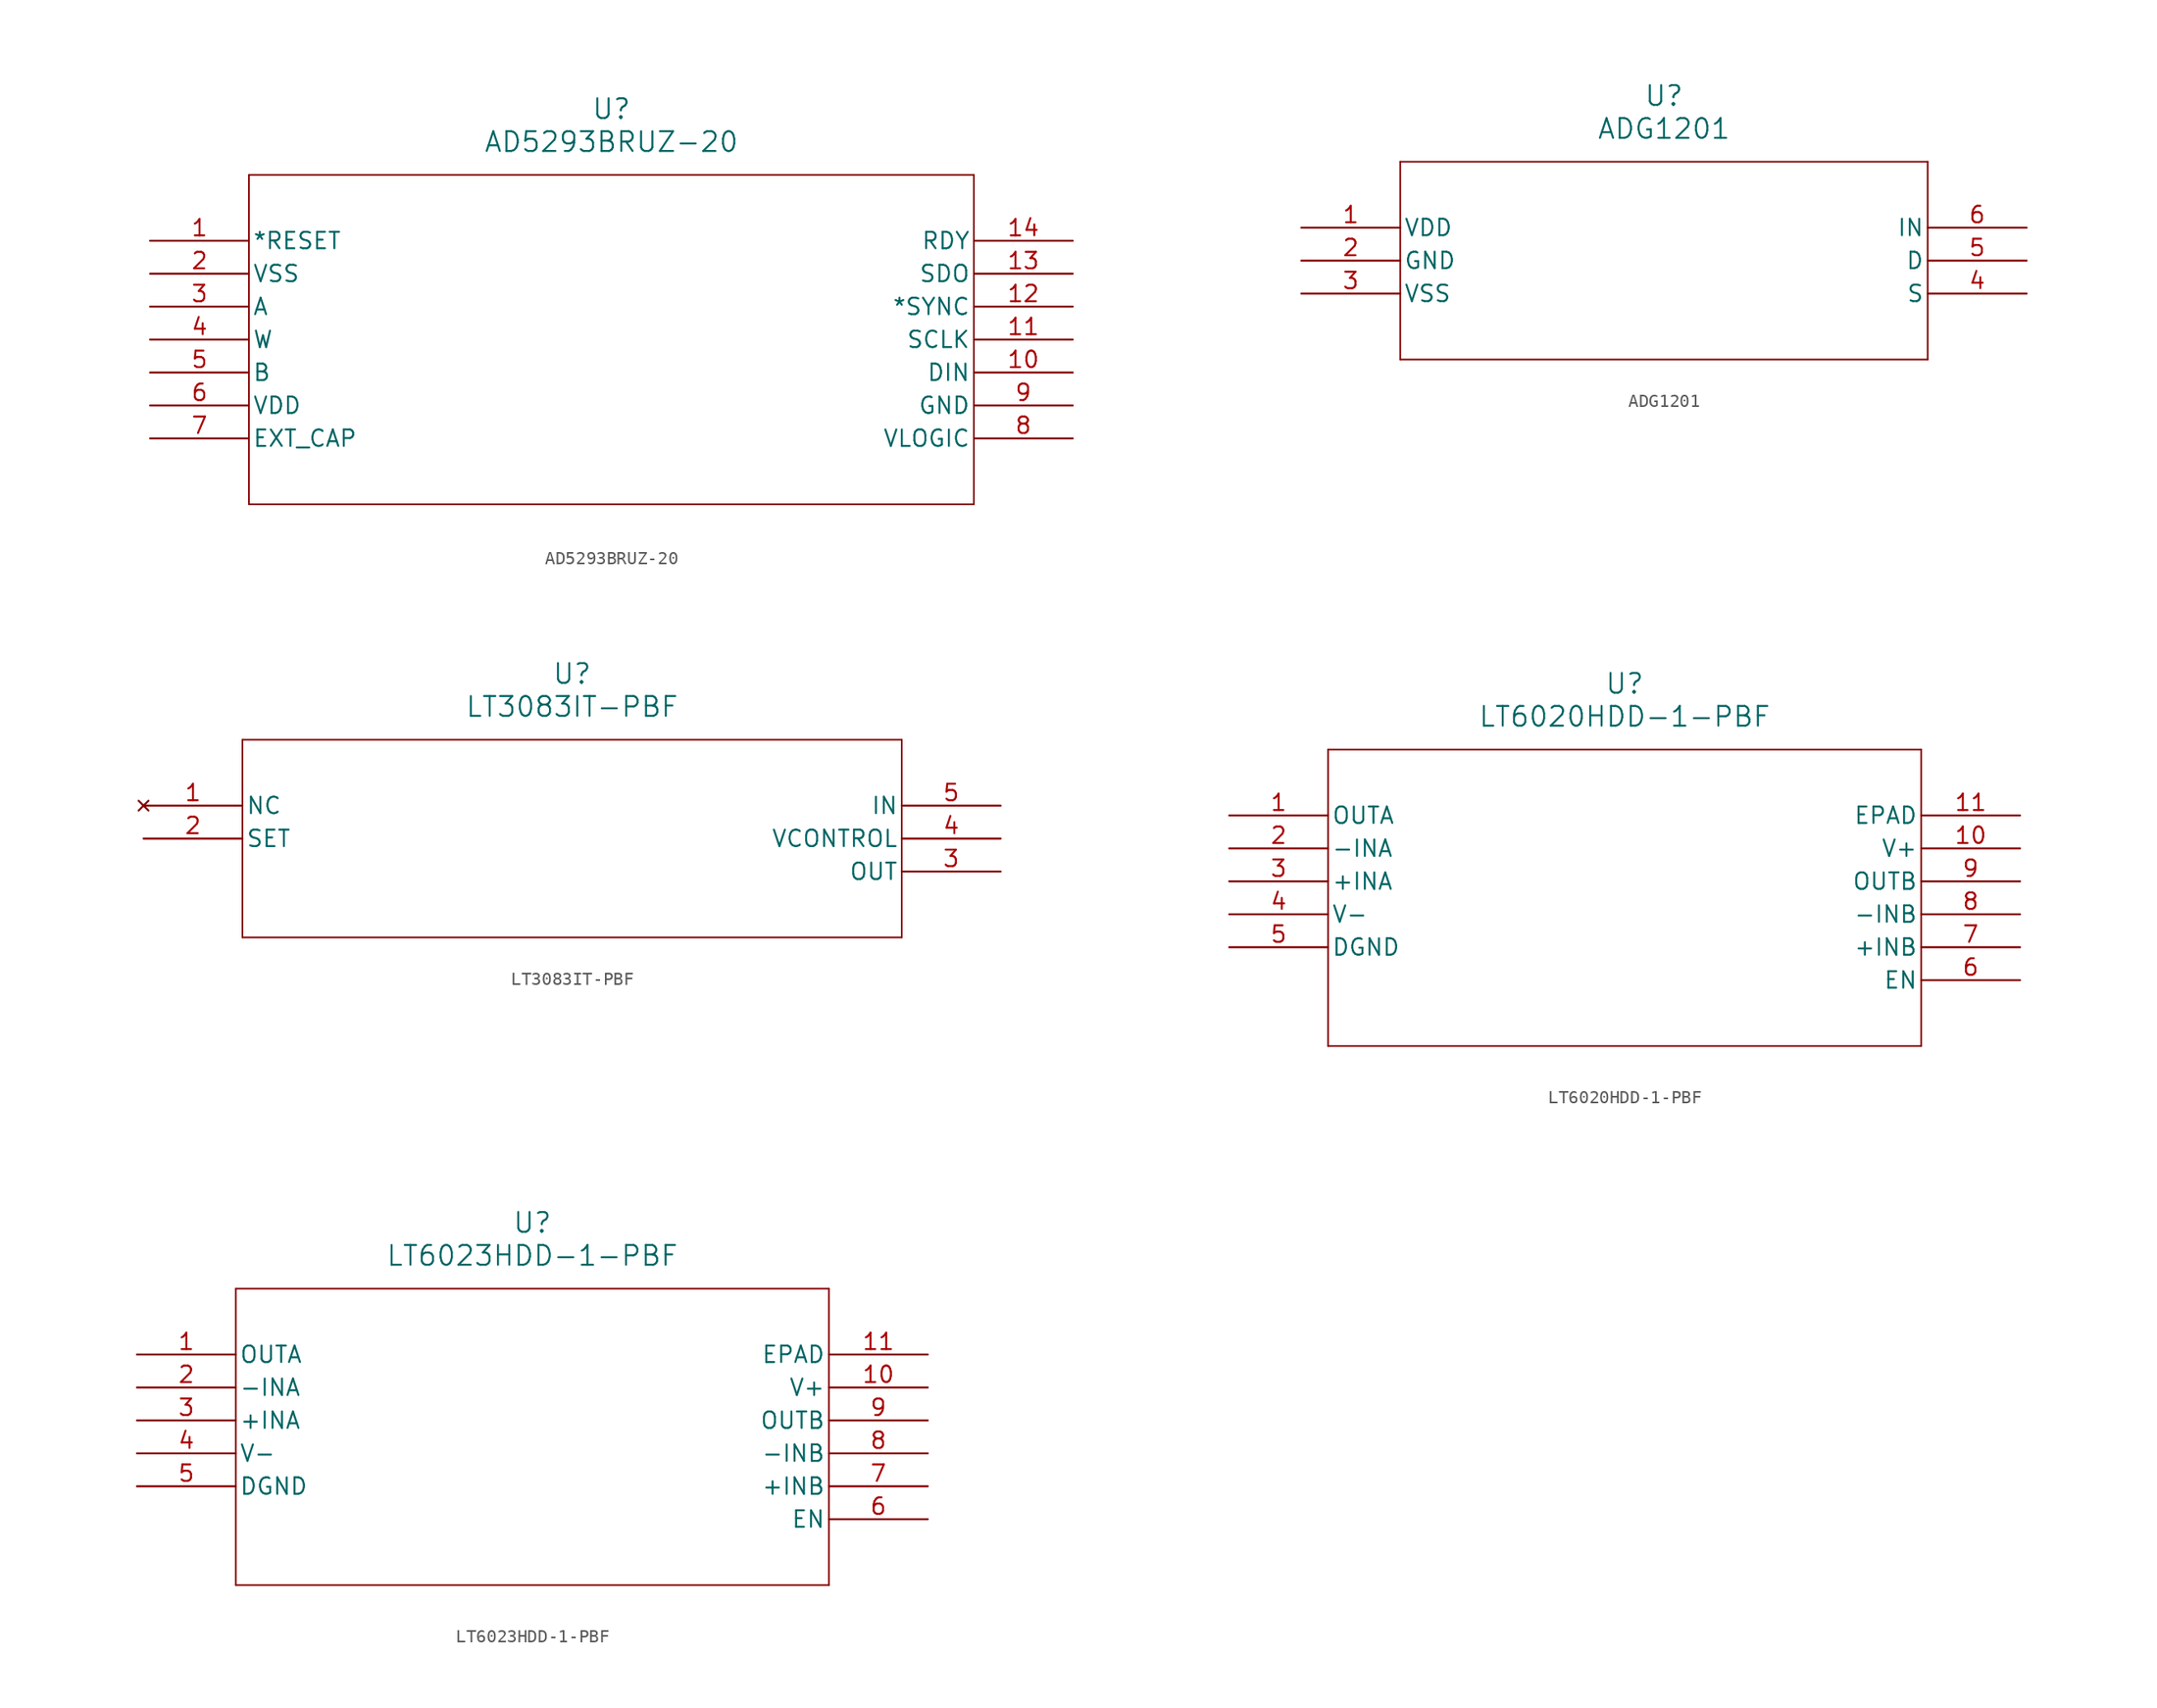
<source format=kicad_sym>
(kicad_symbol_lib
  (version 20231120)
  (generator "kicad_symbol_editor")
  (generator_version "8.0")
  (symbol "AD5293BRUZ-20"
    (pin_names
      (offset 0.254))
    (property "Reference" "U"
      (at 35.56 10.16 0)
      (effects (font (size 1.524 1.524))))
    (property "Value" "AD5293BRUZ-20"
      (at 35.56 7.62 0)
      (effects (font (size 1.524 1.524))))
    (symbol "AD5293BRUZ-20_0_1"
      (polyline (pts (xy 7.62 -20.32) (xy 63.5 -20.32)) (stroke (width 0.127) (type default)) (fill (type none)))
      (polyline (pts (xy 7.62 5.08) (xy 7.62 -20.32)) (stroke (width 0.127) (type default)) (fill (type none)))
      (polyline (pts (xy 63.5 -20.32) (xy 63.5 5.08)) (stroke (width 0.127) (type default)) (fill (type none)))
      (polyline (pts (xy 63.5 5.08) (xy 7.62 5.08)) (stroke (width 0.127) (type default)) (fill (type none)))
      (pin unspecified line (at 0 0 0) (length 7.62) (name "*RESET" (effects (font (size 1.27 1.27)))) (number "1" (effects (font (size 1.27 1.27)))))
      (pin input line (at 71.12 -10.16 180) (length 7.62) (name "DIN" (effects (font (size 1.27 1.27)))) (number "10" (effects (font (size 1.27 1.27)))))
      (pin input line (at 71.12 -7.62 180) (length 7.62) (name "SCLK" (effects (font (size 1.27 1.27)))) (number "11" (effects (font (size 1.27 1.27)))))
      (pin unspecified line (at 71.12 -5.08 180) (length 7.62) (name "*SYNC" (effects (font (size 1.27 1.27)))) (number "12" (effects (font (size 1.27 1.27)))))
      (pin output line (at 71.12 -2.54 180) (length 7.62) (name "SDO" (effects (font (size 1.27 1.27)))) (number "13" (effects (font (size 1.27 1.27)))))
      (pin output line (at 71.12 0 180) (length 7.62) (name "RDY" (effects (font (size 1.27 1.27)))) (number "14" (effects (font (size 1.27 1.27)))))
      (pin power_in line (at 0 -2.54 0) (length 7.62) (name "VSS" (effects (font (size 1.27 1.27)))) (number "2" (effects (font (size 1.27 1.27)))))
      (pin unspecified line (at 0 -5.08 0) (length 7.62) (name "A" (effects (font (size 1.27 1.27)))) (number "3" (effects (font (size 1.27 1.27)))))
      (pin unspecified line (at 0 -7.62 0) (length 7.62) (name "W" (effects (font (size 1.27 1.27)))) (number "4" (effects (font (size 1.27 1.27)))))
      (pin unspecified line (at 0 -10.16 0) (length 7.62) (name "B" (effects (font (size 1.27 1.27)))) (number "5" (effects (font (size 1.27 1.27)))))
      (pin power_in line (at 0 -12.7 0) (length 7.62) (name "VDD" (effects (font (size 1.27 1.27)))) (number "6" (effects (font (size 1.27 1.27)))))
      (pin unspecified line (at 0 -15.24 0) (length 7.62) (name "EXT_CAP" (effects (font (size 1.27 1.27)))) (number "7" (effects (font (size 1.27 1.27)))))
      (pin power_in line (at 71.12 -15.24 180) (length 7.62) (name "VLOGIC" (effects (font (size 1.27 1.27)))) (number "8" (effects (font (size 1.27 1.27)))))
      (pin power_in line (at 71.12 -12.7 180) (length 7.62) (name "GND" (effects (font (size 1.27 1.27)))) (number "9" (effects (font (size 1.27 1.27)))))))
  (symbol "ADG1201"
    (pin_names
      (offset 0.254))
    (property "Reference" "U"
      (at 27.94 10.16 0)
      (effects (font (size 1.524 1.524))))
    (property "Value" "ADG1201"
      (at 27.94 7.62 0)
      (effects (font (size 1.524 1.524))))
    (symbol "ADG1201_0_1"
      (polyline (pts (xy 7.62 -10.16) (xy 48.26 -10.16)) (stroke (width 0.127) (type default)) (fill (type none)))
      (polyline (pts (xy 7.62 5.08) (xy 7.62 -10.16)) (stroke (width 0.127) (type default)) (fill (type none)))
      (polyline (pts (xy 48.26 -10.16) (xy 48.26 5.08)) (stroke (width 0.127) (type default)) (fill (type none)))
      (polyline (pts (xy 48.26 5.08) (xy 7.62 5.08)) (stroke (width 0.127) (type default)) (fill (type none)))
      (pin power_in line (at 0 0 0) (length 7.62) (name "VDD" (effects (font (size 1.27 1.27)))) (number "1" (effects (font (size 1.27 1.27)))))
      (pin unspecified line (at 0 -2.54 0) (length 7.62) (name "GND" (effects (font (size 1.27 1.27)))) (number "2" (effects (font (size 1.27 1.27)))))
      (pin power_in line (at 0 -5.08 0) (length 7.62) (name "VSS" (effects (font (size 1.27 1.27)))) (number "3" (effects (font (size 1.27 1.27)))))
      (pin unspecified line (at 55.88 -5.08 180) (length 7.62) (name "S" (effects (font (size 1.27 1.27)))) (number "4" (effects (font (size 1.27 1.27)))))
      (pin unspecified line (at 55.88 -2.54 180) (length 7.62) (name "D" (effects (font (size 1.27 1.27)))) (number "5" (effects (font (size 1.27 1.27)))))
      (pin unspecified line (at 55.88 0 180) (length 7.62) (name "IN" (effects (font (size 1.27 1.27)))) (number "6" (effects (font (size 1.27 1.27)))))))
  (symbol "LT3083IT-PBF"
    (pin_names
      (offset 0.254))
    (property "Reference" "U"
      (at 33.02 10.16 0)
      (effects (font (size 1.524 1.524))))
    (property "Value" "LT3083IT-PBF"
      (at 33.02 7.62 0)
      (effects (font (size 1.524 1.524))))
    (symbol "LT3083IT-PBF_0_1"
      (polyline (pts (xy 7.62 -10.16) (xy 58.42 -10.16)) (stroke (width 0.127) (type default)) (fill (type none)))
      (polyline (pts (xy 7.62 5.08) (xy 7.62 -10.16)) (stroke (width 0.127) (type default)) (fill (type none)))
      (polyline (pts (xy 58.42 -10.16) (xy 58.42 5.08)) (stroke (width 0.127) (type default)) (fill (type none)))
      (polyline (pts (xy 58.42 5.08) (xy 7.62 5.08)) (stroke (width 0.127) (type default)) (fill (type none)))
      (pin no_connect line (at 0 0 0) (length 7.62) (name "NC" (effects (font (size 1.27 1.27)))) (number "1" (effects (font (size 1.27 1.27)))))
      (pin unspecified line (at 0 -2.54 0) (length 7.62) (name "SET" (effects (font (size 1.27 1.27)))) (number "2" (effects (font (size 1.27 1.27)))))
      (pin output line (at 66.04 -5.08 180) (length 7.62) (name "OUT" (effects (font (size 1.27 1.27)))) (number "3" (effects (font (size 1.27 1.27)))))
      (pin unspecified line (at 66.04 -2.54 180) (length 7.62) (name "VCONTROL" (effects (font (size 1.27 1.27)))) (number "4" (effects (font (size 1.27 1.27)))))
      (pin input line (at 66.04 0 180) (length 7.62) (name "IN" (effects (font (size 1.27 1.27)))) (number "5" (effects (font (size 1.27 1.27)))))))
  (symbol "LT6020HDD-1-PBF"
    (pin_names
      (offset 0.254))
    (property "Reference" "U"
      (at 30.48 10.16 0)
      (effects (font (size 1.524 1.524))))
    (property "Value" "LT6020HDD-1-PBF"
      (at 30.48 7.62 0)
      (effects (font (size 1.524 1.524))))
    (property "ki_locked" ""
      (at 0 0 0)
      (effects (font (size 1.27 1.27))))
    (symbol "LT6020HDD-1-PBF_0_1"
      (polyline (pts (xy 7.62 -17.78) (xy 53.34 -17.78)) (stroke (width 0.127) (type default)) (fill (type none)))
      (polyline (pts (xy 7.62 5.08) (xy 7.62 -17.78)) (stroke (width 0.127) (type default)) (fill (type none)))
      (polyline (pts (xy 53.34 -17.78) (xy 53.34 5.08)) (stroke (width 0.127) (type default)) (fill (type none)))
      (polyline (pts (xy 53.34 5.08) (xy 7.62 5.08)) (stroke (width 0.127) (type default)) (fill (type none)))
      (pin output line (at 0 0 0) (length 7.62) (name "OUTA" (effects (font (size 1.27 1.27)))) (number "1" (effects (font (size 1.27 1.27)))))
      (pin power_in line (at 60.96 -2.54 180) (length 7.62) (name "V+" (effects (font (size 1.27 1.27)))) (number "10" (effects (font (size 1.27 1.27)))))
      (pin unspecified line (at 60.96 0 180) (length 7.62) (name "EPAD" (effects (font (size 1.27 1.27)))) (number "11" (effects (font (size 1.27 1.27)))))
      (pin input line (at 0 -2.54 0) (length 7.62) (name "-INA" (effects (font (size 1.27 1.27)))) (number "2" (effects (font (size 1.27 1.27)))))
      (pin input line (at 0 -5.08 0) (length 7.62) (name "+INA" (effects (font (size 1.27 1.27)))) (number "3" (effects (font (size 1.27 1.27)))))
      (pin power_in line (at 0 -7.62 0) (length 7.62) (name "V-" (effects (font (size 1.27 1.27)))) (number "4" (effects (font (size 1.27 1.27)))))
      (pin power_in line (at 0 -10.16 0) (length 7.62) (name "DGND" (effects (font (size 1.27 1.27)))) (number "5" (effects (font (size 1.27 1.27)))))
      (pin input line (at 60.96 -12.7 180) (length 7.62) (name "EN" (effects (font (size 1.27 1.27)))) (number "6" (effects (font (size 1.27 1.27)))))
      (pin input line (at 60.96 -10.16 180) (length 7.62) (name "+INB" (effects (font (size 1.27 1.27)))) (number "7" (effects (font (size 1.27 1.27)))))
      (pin input line (at 60.96 -7.62 180) (length 7.62) (name "-INB" (effects (font (size 1.27 1.27)))) (number "8" (effects (font (size 1.27 1.27)))))
      (pin output line (at 60.96 -5.08 180) (length 7.62) (name "OUTB" (effects (font (size 1.27 1.27)))) (number "9" (effects (font (size 1.27 1.27)))))))
  (symbol "LT6023HDD-1-PBF"
    (pin_names
      (offset 0.254))
    (property "Reference" "U"
      (at 30.48 10.16 0)
      (effects (font (size 1.524 1.524))))
    (property "Value" "LT6023HDD-1-PBF"
      (at 30.48 7.62 0)
      (effects (font (size 1.524 1.524))))
    (symbol "LT6023HDD-1-PBF_0_1"
      (polyline (pts (xy 7.62 -17.78) (xy 53.34 -17.78)) (stroke (width 0.127) (type default)) (fill (type none)))
      (polyline (pts (xy 7.62 5.08) (xy 7.62 -17.78)) (stroke (width 0.127) (type default)) (fill (type none)))
      (polyline (pts (xy 53.34 -17.78) (xy 53.34 5.08)) (stroke (width 0.127) (type default)) (fill (type none)))
      (polyline (pts (xy 53.34 5.08) (xy 7.62 5.08)) (stroke (width 0.127) (type default)) (fill (type none)))
      (pin output line (at 0 0 0) (length 7.62) (name "OUTA" (effects (font (size 1.27 1.27)))) (number "1" (effects (font (size 1.27 1.27)))))
      (pin power_in line (at 60.96 -2.54 180) (length 7.62) (name "V+" (effects (font (size 1.27 1.27)))) (number "10" (effects (font (size 1.27 1.27)))))
      (pin unspecified line (at 60.96 0 180) (length 7.62) (name "EPAD" (effects (font (size 1.27 1.27)))) (number "11" (effects (font (size 1.27 1.27)))))
      (pin input line (at 0 -2.54 0) (length 7.62) (name "-INA" (effects (font (size 1.27 1.27)))) (number "2" (effects (font (size 1.27 1.27)))))
      (pin input line (at 0 -5.08 0) (length 7.62) (name "+INA" (effects (font (size 1.27 1.27)))) (number "3" (effects (font (size 1.27 1.27)))))
      (pin power_in line (at 0 -7.62 0) (length 7.62) (name "V-" (effects (font (size 1.27 1.27)))) (number "4" (effects (font (size 1.27 1.27)))))
      (pin power_in line (at 0 -10.16 0) (length 7.62) (name "DGND" (effects (font (size 1.27 1.27)))) (number "5" (effects (font (size 1.27 1.27)))))
      (pin unspecified line (at 60.96 -12.7 180) (length 7.62) (name "EN" (effects (font (size 1.27 1.27)))) (number "6" (effects (font (size 1.27 1.27)))))
      (pin input line (at 60.96 -10.16 180) (length 7.62) (name "+INB" (effects (font (size 1.27 1.27)))) (number "7" (effects (font (size 1.27 1.27)))))
      (pin input line (at 60.96 -7.62 180) (length 7.62) (name "-INB" (effects (font (size 1.27 1.27)))) (number "8" (effects (font (size 1.27 1.27)))))
      (pin output line (at 60.96 -5.08 180) (length 7.62) (name "OUTB" (effects (font (size 1.27 1.27)))) (number "9" (effects (font (size 1.27 1.27))))))))
</source>
